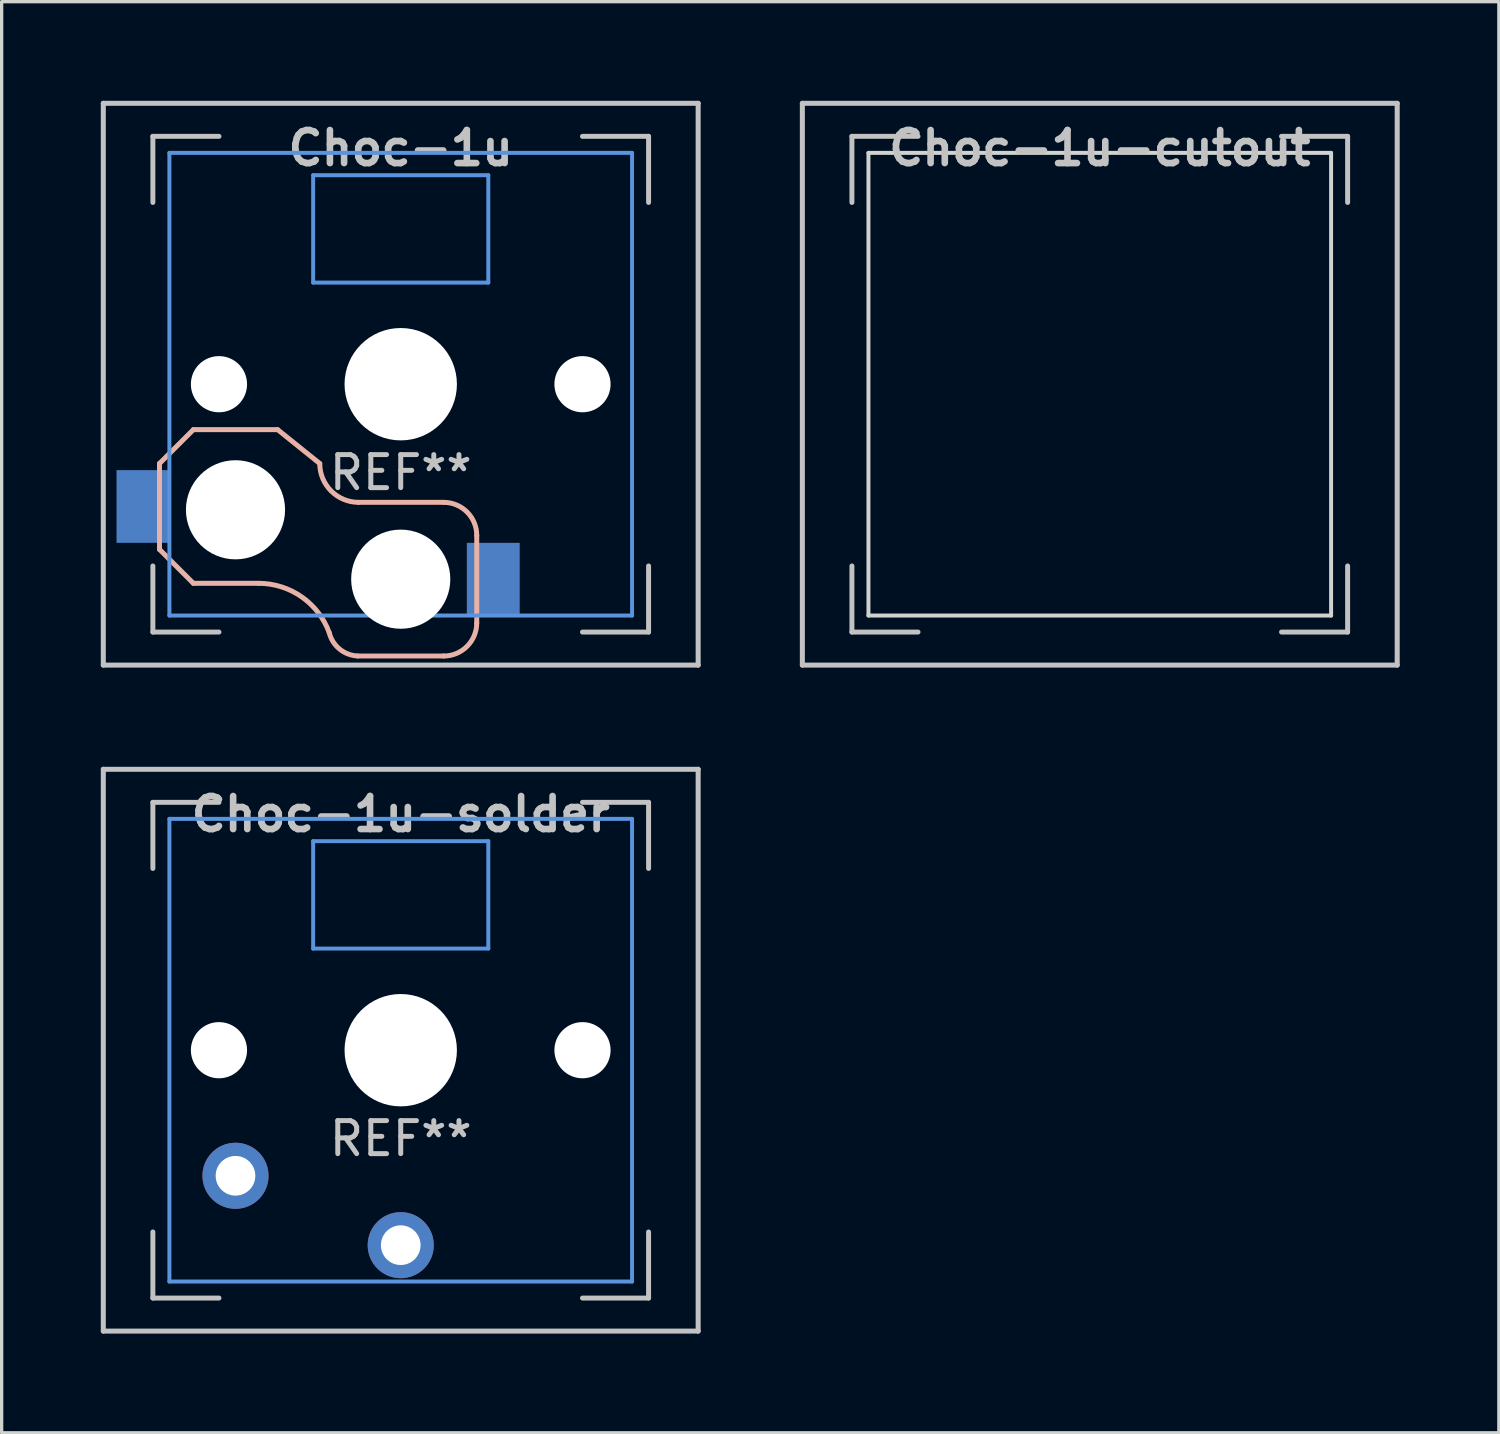
<source format=kicad_pcb>
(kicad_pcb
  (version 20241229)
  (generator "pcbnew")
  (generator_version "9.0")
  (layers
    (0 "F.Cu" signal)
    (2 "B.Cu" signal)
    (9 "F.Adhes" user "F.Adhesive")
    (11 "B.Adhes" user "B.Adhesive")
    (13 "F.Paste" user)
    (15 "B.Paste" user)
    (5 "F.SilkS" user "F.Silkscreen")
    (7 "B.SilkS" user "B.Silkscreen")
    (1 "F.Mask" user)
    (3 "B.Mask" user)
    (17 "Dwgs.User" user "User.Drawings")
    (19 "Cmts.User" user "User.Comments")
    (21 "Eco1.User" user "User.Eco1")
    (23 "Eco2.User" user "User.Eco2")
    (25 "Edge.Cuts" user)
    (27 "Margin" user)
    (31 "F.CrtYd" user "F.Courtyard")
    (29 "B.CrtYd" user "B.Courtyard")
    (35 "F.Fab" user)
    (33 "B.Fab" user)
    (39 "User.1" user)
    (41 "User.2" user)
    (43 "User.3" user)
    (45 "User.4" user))
  (footprint "Choc-1u-solder"
    (layer "F.Cu")
    (at 9.076 28.729)
    (property "Reference" "Choc-1u-solder" (at 0 -7.144 180) (layer "Dwgs.User") (effects (font (size 1 1) (thickness 0.2))))
    (attr through_hole)
    (fp_line (start -9 -8.5) (end 9 -8.5) (stroke (width 0.152) (type solid)) (layer "Dwgs.User"))
    (fp_line (start -9 8.5) (end -9 -8.5) (stroke (width 0.152) (type solid)) (layer "Dwgs.User"))
    (fp_line (start -7.5 -7.5) (end -7.5 -5.5) (stroke (width 0.15) (type solid)) (layer "Dwgs.User"))
    (fp_line (start -7.5 7.5) (end -7.5 5.5) (stroke (width 0.15) (type solid)) (layer "Dwgs.User"))
    (fp_line (start -5.5 -7.5) (end -7.5 -7.5) (stroke (width 0.15) (type solid)) (layer "Dwgs.User"))
    (fp_line (start -5.5 7.5) (end -7.5 7.5) (stroke (width 0.15) (type solid)) (layer "Dwgs.User"))
    (fp_line (start 5.5 -7.5) (end 7.5 -7.5) (stroke (width 0.15) (type solid)) (layer "Dwgs.User"))
    (fp_line (start 5.5 7.5) (end 7.5 7.5) (stroke (width 0.15) (type solid)) (layer "Dwgs.User"))
    (fp_line (start 7.5 -7.5) (end 7.5 -5.5) (stroke (width 0.15) (type solid)) (layer "Dwgs.User"))
    (fp_line (start 7.5 7.5) (end 7.5 5.5) (stroke (width 0.15) (type solid)) (layer "Dwgs.User"))
    (fp_line (start 9 -8.5) (end 9 8.5) (stroke (width 0.152) (type solid)) (layer "Dwgs.User"))
    (fp_line (start 9 8.5) (end -9 8.5) (stroke (width 0.152) (type solid)) (layer "Dwgs.User"))
    (fp_line (start -7 -7) (end -7 7) (stroke (width 0.12) (type solid)) (layer "Cmts.User"))
    (fp_line (start -7 7) (end 7 7) (stroke (width 0.12) (type solid)) (layer "Cmts.User"))
    (fp_line (start -2.65 -6.325) (end 2.65 -6.325) (stroke (width 0.12) (type solid)) (layer "Cmts.User"))
    (fp_line (start -2.65 -3.075) (end -2.65 -6.325) (stroke (width 0.12) (type solid)) (layer "Cmts.User"))
    (fp_line (start 2.65 -6.325) (end 2.65 -3.075) (stroke (width 0.12) (type solid)) (layer "Cmts.User"))
    (fp_line (start 2.65 -3.075) (end -2.65 -3.075) (stroke (width 0.12) (type solid)) (layer "Cmts.User"))
    (fp_line (start 7 -7) (end -7 -7) (stroke (width 0.12) (type solid)) (layer "Cmts.User"))
    (fp_line (start 7 7) (end 7 -7) (stroke (width 0.12) (type solid)) (layer "Cmts.User"))
    (fp_text user "REF**" (at 0 2.675 0) (layer "Dwgs.User") (effects (font (size 1 1) (thickness 0.15))))
    (pad "" np_thru_hole circle (at -5.5 0 180) (size 1.7 1.7) (drill 1.7) (layers "*.Cu" "*.Mask"))
    (pad "" np_thru_hole circle (at 0 0 90) (size 3.4 3.4) (drill 3.4) (layers "*.Cu" "*.Mask"))
    (pad "" np_thru_hole circle (at 5.5 0 180) (size 1.7 1.7) (drill 1.7) (layers "*.Cu" "*.Mask"))
    (pad "1" thru_hole circle (at 0 5.9 180) (size 2 2) (drill 1.2) (layers "*.Cu" "*.Mask"))
    (pad "2" thru_hole circle (at -5 3.8 41.9) (size 2 2) (drill 1.2) (layers "*.Cu" "*.Mask")))
  (footprint "Choc-1u-cutout"
    (layer "F.Cu")
    (at 30.229 8.576)
    (property "Reference" "Choc-1u-cutout" (at 0 -7.144 180) (layer "Dwgs.User") (effects (font (size 1 1) (thickness 0.2))))
    (attr through_hole)
    (fp_line (start -9 -8.5) (end 9 -8.5) (stroke (width 0.152) (type solid)) (layer "Dwgs.User"))
    (fp_line (start -9 8.5) (end -9 -8.5) (stroke (width 0.152) (type solid)) (layer "Dwgs.User"))
    (fp_line (start -7.5 -7.5) (end -7.5 -5.5) (stroke (width 0.15) (type solid)) (layer "Dwgs.User"))
    (fp_line (start -7.5 7.5) (end -7.5 5.5) (stroke (width 0.15) (type solid)) (layer "Dwgs.User"))
    (fp_line (start -5.5 -7.5) (end -7.5 -7.5) (stroke (width 0.15) (type solid)) (layer "Dwgs.User"))
    (fp_line (start -5.5 7.5) (end -7.5 7.5) (stroke (width 0.15) (type solid)) (layer "Dwgs.User"))
    (fp_line (start 5.5 -7.5) (end 7.5 -7.5) (stroke (width 0.15) (type solid)) (layer "Dwgs.User"))
    (fp_line (start 5.5 7.5) (end 7.5 7.5) (stroke (width 0.15) (type solid)) (layer "Dwgs.User"))
    (fp_line (start 7.5 -7.5) (end 7.5 -5.5) (stroke (width 0.15) (type solid)) (layer "Dwgs.User"))
    (fp_line (start 7.5 7.5) (end 7.5 5.5) (stroke (width 0.15) (type solid)) (layer "Dwgs.User"))
    (fp_line (start 9 -8.5) (end 9 8.5) (stroke (width 0.152) (type solid)) (layer "Dwgs.User"))
    (fp_line (start 9 8.5) (end -9 8.5) (stroke (width 0.152) (type solid)) (layer "Dwgs.User"))
    (fp_line (start -7 -7) (end -7 7) (stroke (width 0.12) (type solid)) (layer "Edge.Cuts"))
    (fp_line (start -7 7) (end 7 7) (stroke (width 0.12) (type solid)) (layer "Edge.Cuts"))
    (fp_line (start 7 -7) (end -7 -7) (stroke (width 0.12) (type solid)) (layer "Edge.Cuts"))
    (fp_line (start 7 7) (end 7 -7) (stroke (width 0.12) (type solid)) (layer "Edge.Cuts")))
  (footprint "Choc-1u"
    (layer "F.Cu")
    (at 9.076 8.576)
    (property "Reference" "Choc-1u" (at 0 -7.144 180) (layer "Dwgs.User") (effects (font (size 1 1) (thickness 0.2))))
    (attr through_hole)
    (fp_line (start -7.3 2.4) (end -7.3 5) (stroke (width 0.15) (type solid)) (layer "B.SilkS"))
    (fp_line (start -7.3 2.4) (end -6.275 1.375) (stroke (width 0.15) (type solid)) (layer "B.SilkS"))
    (fp_line (start -7.3 5) (end -6.275 6.025) (stroke (width 0.15) (type solid)) (layer "B.SilkS"))
    (fp_line (start -4.3 6.025) (end -6.275 6.025) (stroke (width 0.15) (type solid)) (layer "B.SilkS"))
    (fp_line (start -3.725 1.375) (end -6.275 1.375) (stroke (width 0.15) (type solid)) (layer "B.SilkS"))
    (fp_line (start -3.725 1.375) (end -2.45 2.4) (stroke (width 0.15) (type solid)) (layer "B.SilkS"))
    (fp_line (start 1.3 3.575) (end -1.275 3.575) (stroke (width 0.15) (type solid)) (layer "B.SilkS"))
    (fp_line (start 1.3 8.225) (end -1.3 8.225) (stroke (width 0.15) (type solid)) (layer "B.SilkS"))
    (fp_line (start 2.3 4.575) (end 2.3 7.225) (stroke (width 0.15) (type solid)) (layer "B.SilkS"))
    (fp_arc (start -4.3 6.025) (mid -2.995114 6.436429) (end -2.162199 7.521904) (stroke (width 0.15) (type solid)) (layer "B.SilkS"))
    (fp_arc (start -1.300995 8.223791) (mid -1.848284 8.016021) (end -2.162199 7.521904) (stroke (width 0.15) (type solid)) (layer "B.SilkS"))
    (fp_arc (start -1.275 3.575) (mid -2.10585 3.23085) (end -2.45 2.4) (stroke (width 0.15) (type solid)) (layer "B.SilkS"))
    (fp_arc (start 1.3 3.575) (mid 2.007107 3.867893) (end 2.3 4.575) (stroke (width 0.15) (type solid)) (layer "B.SilkS"))
    (fp_arc (start 2.3 7.225) (mid 2.007107 7.932107) (end 1.3 8.225) (stroke (width 0.15) (type solid)) (layer "B.SilkS"))
    (fp_line (start -9 -8.5) (end 9 -8.5) (stroke (width 0.152) (type solid)) (layer "Dwgs.User"))
    (fp_line (start -9 8.5) (end -9 -8.5) (stroke (width 0.152) (type solid)) (layer "Dwgs.User"))
    (fp_line (start -7.5 -7.5) (end -7.5 -5.5) (stroke (width 0.15) (type solid)) (layer "Dwgs.User"))
    (fp_line (start -7.5 7.5) (end -7.5 5.5) (stroke (width 0.15) (type solid)) (layer "Dwgs.User"))
    (fp_line (start -5.5 -7.5) (end -7.5 -7.5) (stroke (width 0.15) (type solid)) (layer "Dwgs.User"))
    (fp_line (start -5.5 7.5) (end -7.5 7.5) (stroke (width 0.15) (type solid)) (layer "Dwgs.User"))
    (fp_line (start 5.5 -7.5) (end 7.5 -7.5) (stroke (width 0.15) (type solid)) (layer "Dwgs.User"))
    (fp_line (start 5.5 7.5) (end 7.5 7.5) (stroke (width 0.15) (type solid)) (layer "Dwgs.User"))
    (fp_line (start 7.5 -7.5) (end 7.5 -5.5) (stroke (width 0.15) (type solid)) (layer "Dwgs.User"))
    (fp_line (start 7.5 7.5) (end 7.5 5.5) (stroke (width 0.15) (type solid)) (layer "Dwgs.User"))
    (fp_line (start 9 -8.5) (end 9 8.5) (stroke (width 0.152) (type solid)) (layer "Dwgs.User"))
    (fp_line (start 9 8.5) (end -9 8.5) (stroke (width 0.152) (type solid)) (layer "Dwgs.User"))
    (fp_line (start -7 -7) (end -7 7) (stroke (width 0.12) (type solid)) (layer "Cmts.User"))
    (fp_line (start -7 7) (end 7 7) (stroke (width 0.12) (type solid)) (layer "Cmts.User"))
    (fp_line (start -2.65 -6.325) (end 2.65 -6.325) (stroke (width 0.12) (type solid)) (layer "Cmts.User"))
    (fp_line (start -2.65 -3.075) (end -2.65 -6.325) (stroke (width 0.12) (type solid)) (layer "Cmts.User"))
    (fp_line (start 2.65 -6.325) (end 2.65 -3.075) (stroke (width 0.12) (type solid)) (layer "Cmts.User"))
    (fp_line (start 2.65 -3.075) (end -2.65 -3.075) (stroke (width 0.12) (type solid)) (layer "Cmts.User"))
    (fp_line (start 7 -7) (end -7 -7) (stroke (width 0.12) (type solid)) (layer "Cmts.User"))
    (fp_line (start 7 7) (end 7 -7) (stroke (width 0.12) (type solid)) (layer "Cmts.User"))
    (fp_text user "REF**" (at 0 2.675 0) (layer "Dwgs.User") (effects (font (size 1 1) (thickness 0.15))))
    (pad "" np_thru_hole circle (at -5.5 0 180) (size 1.7 1.7) (drill 1.7) (layers "*.Cu" "*.Mask"))
    (pad "" np_thru_hole circle (at -5 3.8 90) (size 3 3) (drill 3) (layers "*.Cu" "*.Mask"))
    (pad "" np_thru_hole circle (at 0 0 90) (size 3.4 3.4) (drill 3.4) (layers "*.Cu" "*.Mask"))
    (pad "" np_thru_hole circle (at 0 5.9 90) (size 3 3) (drill 3) (layers "*.Cu" "*.Mask"))
    (pad "" np_thru_hole circle (at 5.5 0 180) (size 1.7 1.7) (drill 1.7) (layers "*.Cu" "*.Mask"))
    (pad "1" smd rect (at -7.8 3.7 180) (size 1.6 2.2) (layers "B.Cu" "B.Mask" "B.Paste"))
    (pad "2" smd rect (at 2.8 5.9 180) (size 1.6 2.2) (layers "B.Cu" "B.Mask" "B.Paste")))
  (gr_rect
    (start -3 -3)
    (end 42.305 40.305)
    (stroke (width 0.1) (type default))
    (fill no)
    (layer "Edge.Cuts")))
</source>
